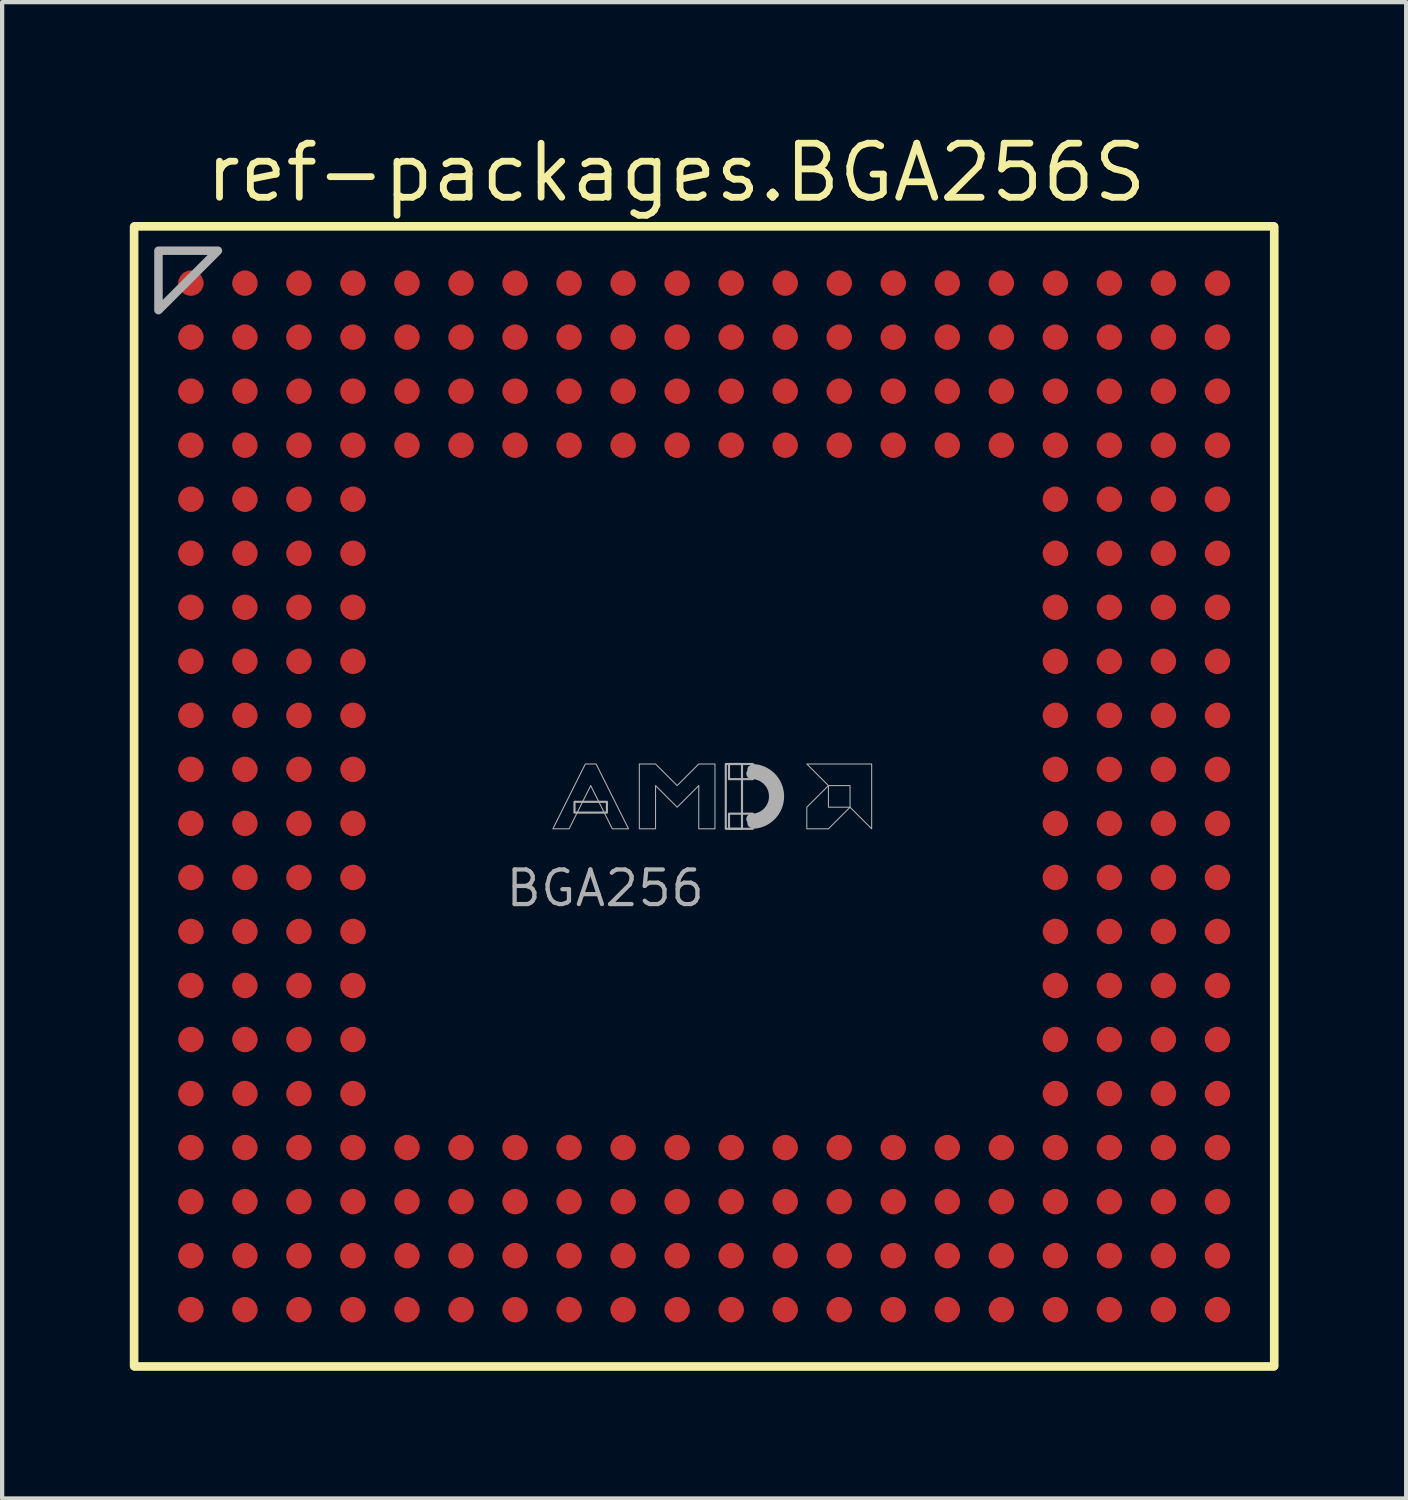
<source format=kicad_pcb>
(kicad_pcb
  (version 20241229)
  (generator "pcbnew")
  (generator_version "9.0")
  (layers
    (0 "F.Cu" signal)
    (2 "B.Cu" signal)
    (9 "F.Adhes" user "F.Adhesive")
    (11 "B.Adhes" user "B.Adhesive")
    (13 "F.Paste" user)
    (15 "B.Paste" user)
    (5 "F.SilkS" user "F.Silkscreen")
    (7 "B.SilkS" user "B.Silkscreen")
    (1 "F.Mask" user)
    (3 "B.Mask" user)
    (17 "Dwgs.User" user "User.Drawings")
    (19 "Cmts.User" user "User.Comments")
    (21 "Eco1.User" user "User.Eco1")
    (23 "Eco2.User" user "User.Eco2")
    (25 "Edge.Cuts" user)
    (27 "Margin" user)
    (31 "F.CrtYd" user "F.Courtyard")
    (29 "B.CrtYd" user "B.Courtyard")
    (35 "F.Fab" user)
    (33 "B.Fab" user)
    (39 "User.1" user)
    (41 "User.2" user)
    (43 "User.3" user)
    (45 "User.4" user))
  (footprint "ref-packages.BGA256S"
    (layer "F.Cu")
    (at 13.502 15.67)
    (property "Reference" "ref-packages.BGA256S" (at -11.8 -13.92 0) (layer "F.SilkS") (effects (font (size 1.27 1.27) (thickness 0.16)) (justify left bottom)))
    (attr smd)
    (fp_line (start -13.4 13.389) (end -13.4 -13.389) (stroke (width 0.203) (type default)) (layer "F.SilkS"))
    (fp_line (start -13.389 -13.4) (end 13.389 -13.4) (stroke (width 0.203) (type default)) (layer "F.SilkS"))
    (fp_line (start 13.389 13.4) (end -13.389 13.4) (stroke (width 0.203) (type default)) (layer "F.SilkS"))
    (fp_line (start 13.4 -13.389) (end 13.4 13.389) (stroke (width 0.203) (type default)) (layer "F.SilkS"))
    (fp_rect (start -3.048 0.381) (end -2.286 0.127) (stroke (width 0.05) (type default)) (fill no) (layer "F.Fab"))
    (fp_rect (start 0.508 0.762) (end 0.889 -0.762) (stroke (width 0.05) (type default)) (fill no) (layer "F.Fab"))
    (fp_rect (start 0.584 -0.406) (end 1.143 -0.762) (stroke (width 0.05) (type default)) (fill no) (layer "F.Fab"))
    (fp_rect (start 0.584 0.762) (end 1.143 0.406) (stroke (width 0.05) (type default)) (fill no) (layer "F.Fab"))
    (fp_arc (start 1.1176 -0.7366) (mid 1.8542 0) (end 1.1176 0.7366) (stroke (width 0.0508) (type default)) (layer "F.Fab"))
    (fp_arc (start 1.1176 -0.635) (mid 1.7526 0) (end 1.1176 0.635) (stroke (width 0.2032) (type default)) (layer "F.Fab"))
    (fp_arc (start 1.1176 -0.5334) (mid 1.651 0) (end 1.1176 0.5334) (stroke (width 0.254) (type default)) (layer "F.Fab"))
    (fp_poly (pts (xy -12.827 -12.827) (xy -11.43 -12.827) (xy -12.827 -11.43)) (stroke (width 0.2) (type default)) (fill no) (layer "F.Fab"))
    (fp_poly (pts (xy 2.413 -0.762) (xy 3.937 -0.762) (xy 3.937 0.762) (xy 3.429 0.254) (xy 3.429 -0.254) (xy 2.921 -0.254)) (stroke (width 0.025) (type default)) (fill no) (layer "F.Fab"))
    (fp_poly (pts (xy 2.921 -0.254) (xy 2.413 0.254) (xy 2.413 0.762) (xy 2.921 0.762) (xy 3.429 0.254) (xy 2.921 0.254)) (stroke (width 0.025) (type default)) (fill no) (layer "F.Fab"))
    (fp_poly (pts (xy -3.556 0.762) (xy -2.794 -0.762) (xy -2.54 -0.762) (xy -1.778 0.762) (xy -2.159 0.762) (xy -2.667 -0.254) (xy -3.175 0.762)) (stroke (width 0.025) (type default)) (fill no) (layer "F.Fab"))
    (fp_poly (pts (xy -1.524 0.762) (xy -1.524 -0.762) (xy -1.143 -0.762) (xy -0.635 -0.254) (xy -0.127 -0.762) (xy 0.254 -0.762) (xy 0.254 0.762) (xy -0.127 0.762) (xy -0.127 -0.254) (xy -0.635 0.254) (xy -1.143 -0.254) (xy -1.143 0.762)) (stroke (width 0.025) (type default)) (fill no) (layer "F.Fab"))
    (fp_text user "BGA256" (at -4.715 2.635 0) (layer "F.Fab") (effects (font (size 0.813 0.813) (thickness 0.1)) (justify left bottom)))
    (pad "A1" smd roundrect (at -12.065 -12.065) (size 0.6 0.6) (layers "F.Cu" "F.Mask" "F.Paste") (roundrect_rratio 0.5))
    (pad "A2" smd roundrect (at -10.795 -12.065) (size 0.6 0.6) (layers "F.Cu" "F.Mask" "F.Paste") (roundrect_rratio 0.5))
    (pad "A3" smd roundrect (at -9.525 -12.065) (size 0.6 0.6) (layers "F.Cu" "F.Mask" "F.Paste") (roundrect_rratio 0.5))
    (pad "A4" smd roundrect (at -8.255 -12.065) (size 0.6 0.6) (layers "F.Cu" "F.Mask" "F.Paste") (roundrect_rratio 0.5))
    (pad "A5" smd roundrect (at -6.985 -12.065) (size 0.6 0.6) (layers "F.Cu" "F.Mask" "F.Paste") (roundrect_rratio 0.5))
    (pad "A6" smd roundrect (at -5.715 -12.065) (size 0.6 0.6) (layers "F.Cu" "F.Mask" "F.Paste") (roundrect_rratio 0.5))
    (pad "A7" smd roundrect (at -4.445 -12.065) (size 0.6 0.6) (layers "F.Cu" "F.Mask" "F.Paste") (roundrect_rratio 0.5))
    (pad "A8" smd roundrect (at -3.175 -12.065) (size 0.6 0.6) (layers "F.Cu" "F.Mask" "F.Paste") (roundrect_rratio 0.5))
    (pad "A9" smd roundrect (at -1.905 -12.065) (size 0.6 0.6) (layers "F.Cu" "F.Mask" "F.Paste") (roundrect_rratio 0.5))
    (pad "A10" smd roundrect (at -0.635 -12.065) (size 0.6 0.6) (layers "F.Cu" "F.Mask" "F.Paste") (roundrect_rratio 0.5))
    (pad "A11" smd roundrect (at 0.635 -12.065) (size 0.6 0.6) (layers "F.Cu" "F.Mask" "F.Paste") (roundrect_rratio 0.5))
    (pad "A12" smd roundrect (at 1.905 -12.065) (size 0.6 0.6) (layers "F.Cu" "F.Mask" "F.Paste") (roundrect_rratio 0.5))
    (pad "A13" smd roundrect (at 3.175 -12.065) (size 0.6 0.6) (layers "F.Cu" "F.Mask" "F.Paste") (roundrect_rratio 0.5))
    (pad "A14" smd roundrect (at 4.445 -12.065) (size 0.6 0.6) (layers "F.Cu" "F.Mask" "F.Paste") (roundrect_rratio 0.5))
    (pad "A15" smd roundrect (at 5.715 -12.065) (size 0.6 0.6) (layers "F.Cu" "F.Mask" "F.Paste") (roundrect_rratio 0.5))
    (pad "A16" smd roundrect (at 6.985 -12.065) (size 0.6 0.6) (layers "F.Cu" "F.Mask" "F.Paste") (roundrect_rratio 0.5))
    (pad "A17" smd roundrect (at 8.255 -12.065) (size 0.6 0.6) (layers "F.Cu" "F.Mask" "F.Paste") (roundrect_rratio 0.5))
    (pad "A18" smd roundrect (at 9.525 -12.065) (size 0.6 0.6) (layers "F.Cu" "F.Mask" "F.Paste") (roundrect_rratio 0.5))
    (pad "A19" smd roundrect (at 10.795 -12.065) (size 0.6 0.6) (layers "F.Cu" "F.Mask" "F.Paste") (roundrect_rratio 0.5))
    (pad "A20" smd roundrect (at 12.065 -12.065) (size 0.6 0.6) (layers "F.Cu" "F.Mask" "F.Paste") (roundrect_rratio 0.5))
    (pad "B1" smd roundrect (at -12.065 -10.795) (size 0.6 0.6) (layers "F.Cu" "F.Mask" "F.Paste") (roundrect_rratio 0.5))
    (pad "B2" smd roundrect (at -10.795 -10.795) (size 0.6 0.6) (layers "F.Cu" "F.Mask" "F.Paste") (roundrect_rratio 0.5))
    (pad "B3" smd roundrect (at -9.525 -10.795) (size 0.6 0.6) (layers "F.Cu" "F.Mask" "F.Paste") (roundrect_rratio 0.5))
    (pad "B4" smd roundrect (at -8.255 -10.795) (size 0.6 0.6) (layers "F.Cu" "F.Mask" "F.Paste") (roundrect_rratio 0.5))
    (pad "B5" smd roundrect (at -6.985 -10.795) (size 0.6 0.6) (layers "F.Cu" "F.Mask" "F.Paste") (roundrect_rratio 0.5))
    (pad "B6" smd roundrect (at -5.715 -10.795) (size 0.6 0.6) (layers "F.Cu" "F.Mask" "F.Paste") (roundrect_rratio 0.5))
    (pad "B7" smd roundrect (at -4.445 -10.795) (size 0.6 0.6) (layers "F.Cu" "F.Mask" "F.Paste") (roundrect_rratio 0.5))
    (pad "B8" smd roundrect (at -3.175 -10.795) (size 0.6 0.6) (layers "F.Cu" "F.Mask" "F.Paste") (roundrect_rratio 0.5))
    (pad "B9" smd roundrect (at -1.905 -10.795) (size 0.6 0.6) (layers "F.Cu" "F.Mask" "F.Paste") (roundrect_rratio 0.5))
    (pad "B10" smd roundrect (at -0.635 -10.795) (size 0.6 0.6) (layers "F.Cu" "F.Mask" "F.Paste") (roundrect_rratio 0.5))
    (pad "B11" smd roundrect (at 0.635 -10.795) (size 0.6 0.6) (layers "F.Cu" "F.Mask" "F.Paste") (roundrect_rratio 0.5))
    (pad "B12" smd roundrect (at 1.905 -10.795) (size 0.6 0.6) (layers "F.Cu" "F.Mask" "F.Paste") (roundrect_rratio 0.5))
    (pad "B13" smd roundrect (at 3.175 -10.795) (size 0.6 0.6) (layers "F.Cu" "F.Mask" "F.Paste") (roundrect_rratio 0.5))
    (pad "B14" smd roundrect (at 4.445 -10.795) (size 0.6 0.6) (layers "F.Cu" "F.Mask" "F.Paste") (roundrect_rratio 0.5))
    (pad "B15" smd roundrect (at 5.715 -10.795) (size 0.6 0.6) (layers "F.Cu" "F.Mask" "F.Paste") (roundrect_rratio 0.5))
    (pad "B16" smd roundrect (at 6.985 -10.795) (size 0.6 0.6) (layers "F.Cu" "F.Mask" "F.Paste") (roundrect_rratio 0.5))
    (pad "B17" smd roundrect (at 8.255 -10.795) (size 0.6 0.6) (layers "F.Cu" "F.Mask" "F.Paste") (roundrect_rratio 0.5))
    (pad "B18" smd roundrect (at 9.525 -10.795) (size 0.6 0.6) (layers "F.Cu" "F.Mask" "F.Paste") (roundrect_rratio 0.5))
    (pad "B19" smd roundrect (at 10.795 -10.795) (size 0.6 0.6) (layers "F.Cu" "F.Mask" "F.Paste") (roundrect_rratio 0.5))
    (pad "B20" smd roundrect (at 12.065 -10.795) (size 0.6 0.6) (layers "F.Cu" "F.Mask" "F.Paste") (roundrect_rratio 0.5))
    (pad "C1" smd roundrect (at -12.065 -9.525) (size 0.6 0.6) (layers "F.Cu" "F.Mask" "F.Paste") (roundrect_rratio 0.5))
    (pad "C2" smd roundrect (at -10.795 -9.525) (size 0.6 0.6) (layers "F.Cu" "F.Mask" "F.Paste") (roundrect_rratio 0.5))
    (pad "C3" smd roundrect (at -9.525 -9.525) (size 0.6 0.6) (layers "F.Cu" "F.Mask" "F.Paste") (roundrect_rratio 0.5))
    (pad "C4" smd roundrect (at -8.255 -9.525) (size 0.6 0.6) (layers "F.Cu" "F.Mask" "F.Paste") (roundrect_rratio 0.5))
    (pad "C5" smd roundrect (at -6.985 -9.525) (size 0.6 0.6) (layers "F.Cu" "F.Mask" "F.Paste") (roundrect_rratio 0.5))
    (pad "C6" smd roundrect (at -5.715 -9.525) (size 0.6 0.6) (layers "F.Cu" "F.Mask" "F.Paste") (roundrect_rratio 0.5))
    (pad "C7" smd roundrect (at -4.445 -9.525) (size 0.6 0.6) (layers "F.Cu" "F.Mask" "F.Paste") (roundrect_rratio 0.5))
    (pad "C8" smd roundrect (at -3.175 -9.525) (size 0.6 0.6) (layers "F.Cu" "F.Mask" "F.Paste") (roundrect_rratio 0.5))
    (pad "C9" smd roundrect (at -1.905 -9.525) (size 0.6 0.6) (layers "F.Cu" "F.Mask" "F.Paste") (roundrect_rratio 0.5))
    (pad "C10" smd roundrect (at -0.635 -9.525) (size 0.6 0.6) (layers "F.Cu" "F.Mask" "F.Paste") (roundrect_rratio 0.5))
    (pad "C11" smd roundrect (at 0.635 -9.525) (size 0.6 0.6) (layers "F.Cu" "F.Mask" "F.Paste") (roundrect_rratio 0.5))
    (pad "C12" smd roundrect (at 1.905 -9.525) (size 0.6 0.6) (layers "F.Cu" "F.Mask" "F.Paste") (roundrect_rratio 0.5))
    (pad "C13" smd roundrect (at 3.175 -9.525) (size 0.6 0.6) (layers "F.Cu" "F.Mask" "F.Paste") (roundrect_rratio 0.5))
    (pad "C14" smd roundrect (at 4.445 -9.525) (size 0.6 0.6) (layers "F.Cu" "F.Mask" "F.Paste") (roundrect_rratio 0.5))
    (pad "C15" smd roundrect (at 5.715 -9.525) (size 0.6 0.6) (layers "F.Cu" "F.Mask" "F.Paste") (roundrect_rratio 0.5))
    (pad "C16" smd roundrect (at 6.985 -9.525) (size 0.6 0.6) (layers "F.Cu" "F.Mask" "F.Paste") (roundrect_rratio 0.5))
    (pad "C17" smd roundrect (at 8.255 -9.525) (size 0.6 0.6) (layers "F.Cu" "F.Mask" "F.Paste") (roundrect_rratio 0.5))
    (pad "C18" smd roundrect (at 9.525 -9.525) (size 0.6 0.6) (layers "F.Cu" "F.Mask" "F.Paste") (roundrect_rratio 0.5))
    (pad "C19" smd roundrect (at 10.795 -9.525) (size 0.6 0.6) (layers "F.Cu" "F.Mask" "F.Paste") (roundrect_rratio 0.5))
    (pad "C20" smd roundrect (at 12.065 -9.525) (size 0.6 0.6) (layers "F.Cu" "F.Mask" "F.Paste") (roundrect_rratio 0.5))
    (pad "D1" smd roundrect (at -12.065 -8.255) (size 0.6 0.6) (layers "F.Cu" "F.Mask" "F.Paste") (roundrect_rratio 0.5))
    (pad "D2" smd roundrect (at -10.795 -8.255) (size 0.6 0.6) (layers "F.Cu" "F.Mask" "F.Paste") (roundrect_rratio 0.5))
    (pad "D3" smd roundrect (at -9.525 -8.255) (size 0.6 0.6) (layers "F.Cu" "F.Mask" "F.Paste") (roundrect_rratio 0.5))
    (pad "D4" smd roundrect (at -8.255 -8.255) (size 0.6 0.6) (layers "F.Cu" "F.Mask" "F.Paste") (roundrect_rratio 0.5))
    (pad "D5" smd roundrect (at -6.985 -8.255) (size 0.6 0.6) (layers "F.Cu" "F.Mask" "F.Paste") (roundrect_rratio 0.5))
    (pad "D6" smd roundrect (at -5.715 -8.255) (size 0.6 0.6) (layers "F.Cu" "F.Mask" "F.Paste") (roundrect_rratio 0.5))
    (pad "D7" smd roundrect (at -4.445 -8.255) (size 0.6 0.6) (layers "F.Cu" "F.Mask" "F.Paste") (roundrect_rratio 0.5))
    (pad "D8" smd roundrect (at -3.175 -8.255) (size 0.6 0.6) (layers "F.Cu" "F.Mask" "F.Paste") (roundrect_rratio 0.5))
    (pad "D9" smd roundrect (at -1.905 -8.255) (size 0.6 0.6) (layers "F.Cu" "F.Mask" "F.Paste") (roundrect_rratio 0.5))
    (pad "D10" smd roundrect (at -0.635 -8.255) (size 0.6 0.6) (layers "F.Cu" "F.Mask" "F.Paste") (roundrect_rratio 0.5))
    (pad "D11" smd roundrect (at 0.635 -8.255) (size 0.6 0.6) (layers "F.Cu" "F.Mask" "F.Paste") (roundrect_rratio 0.5))
    (pad "D12" smd roundrect (at 1.905 -8.255) (size 0.6 0.6) (layers "F.Cu" "F.Mask" "F.Paste") (roundrect_rratio 0.5))
    (pad "D13" smd roundrect (at 3.175 -8.255) (size 0.6 0.6) (layers "F.Cu" "F.Mask" "F.Paste") (roundrect_rratio 0.5))
    (pad "D14" smd roundrect (at 4.445 -8.255) (size 0.6 0.6) (layers "F.Cu" "F.Mask" "F.Paste") (roundrect_rratio 0.5))
    (pad "D15" smd roundrect (at 5.715 -8.255) (size 0.6 0.6) (layers "F.Cu" "F.Mask" "F.Paste") (roundrect_rratio 0.5))
    (pad "D16" smd roundrect (at 6.985 -8.255) (size 0.6 0.6) (layers "F.Cu" "F.Mask" "F.Paste") (roundrect_rratio 0.5))
    (pad "D17" smd roundrect (at 8.255 -8.255) (size 0.6 0.6) (layers "F.Cu" "F.Mask" "F.Paste") (roundrect_rratio 0.5))
    (pad "D18" smd roundrect (at 9.525 -8.255) (size 0.6 0.6) (layers "F.Cu" "F.Mask" "F.Paste") (roundrect_rratio 0.5))
    (pad "D19" smd roundrect (at 10.795 -8.255) (size 0.6 0.6) (layers "F.Cu" "F.Mask" "F.Paste") (roundrect_rratio 0.5))
    (pad "D20" smd roundrect (at 12.065 -8.255) (size 0.6 0.6) (layers "F.Cu" "F.Mask" "F.Paste") (roundrect_rratio 0.5))
    (pad "E1" smd roundrect (at -12.065 -6.985) (size 0.6 0.6) (layers "F.Cu" "F.Mask" "F.Paste") (roundrect_rratio 0.5))
    (pad "E2" smd roundrect (at -10.795 -6.985) (size 0.6 0.6) (layers "F.Cu" "F.Mask" "F.Paste") (roundrect_rratio 0.5))
    (pad "E3" smd roundrect (at -9.525 -6.985) (size 0.6 0.6) (layers "F.Cu" "F.Mask" "F.Paste") (roundrect_rratio 0.5))
    (pad "E4" smd roundrect (at -8.255 -6.985) (size 0.6 0.6) (layers "F.Cu" "F.Mask" "F.Paste") (roundrect_rratio 0.5))
    (pad "E17" smd roundrect (at 8.255 -6.985) (size 0.6 0.6) (layers "F.Cu" "F.Mask" "F.Paste") (roundrect_rratio 0.5))
    (pad "E18" smd roundrect (at 9.525 -6.985) (size 0.6 0.6) (layers "F.Cu" "F.Mask" "F.Paste") (roundrect_rratio 0.5))
    (pad "E19" smd roundrect (at 10.795 -6.985) (size 0.6 0.6) (layers "F.Cu" "F.Mask" "F.Paste") (roundrect_rratio 0.5))
    (pad "E20" smd roundrect (at 12.065 -6.985) (size 0.6 0.6) (layers "F.Cu" "F.Mask" "F.Paste") (roundrect_rratio 0.5))
    (pad "F1" smd roundrect (at -12.065 -5.715) (size 0.6 0.6) (layers "F.Cu" "F.Mask" "F.Paste") (roundrect_rratio 0.5))
    (pad "F2" smd roundrect (at -10.795 -5.715) (size 0.6 0.6) (layers "F.Cu" "F.Mask" "F.Paste") (roundrect_rratio 0.5))
    (pad "F3" smd roundrect (at -9.525 -5.715) (size 0.6 0.6) (layers "F.Cu" "F.Mask" "F.Paste") (roundrect_rratio 0.5))
    (pad "F4" smd roundrect (at -8.255 -5.715) (size 0.6 0.6) (layers "F.Cu" "F.Mask" "F.Paste") (roundrect_rratio 0.5))
    (pad "F17" smd roundrect (at 8.255 -5.715) (size 0.6 0.6) (layers "F.Cu" "F.Mask" "F.Paste") (roundrect_rratio 0.5))
    (pad "F18" smd roundrect (at 9.525 -5.715) (size 0.6 0.6) (layers "F.Cu" "F.Mask" "F.Paste") (roundrect_rratio 0.5))
    (pad "F19" smd roundrect (at 10.795 -5.715) (size 0.6 0.6) (layers "F.Cu" "F.Mask" "F.Paste") (roundrect_rratio 0.5))
    (pad "F20" smd roundrect (at 12.065 -5.715) (size 0.6 0.6) (layers "F.Cu" "F.Mask" "F.Paste") (roundrect_rratio 0.5))
    (pad "G1" smd roundrect (at -12.065 -4.445) (size 0.6 0.6) (layers "F.Cu" "F.Mask" "F.Paste") (roundrect_rratio 0.5))
    (pad "G2" smd roundrect (at -10.795 -4.445) (size 0.6 0.6) (layers "F.Cu" "F.Mask" "F.Paste") (roundrect_rratio 0.5))
    (pad "G3" smd roundrect (at -9.525 -4.445) (size 0.6 0.6) (layers "F.Cu" "F.Mask" "F.Paste") (roundrect_rratio 0.5))
    (pad "G4" smd roundrect (at -8.255 -4.445) (size 0.6 0.6) (layers "F.Cu" "F.Mask" "F.Paste") (roundrect_rratio 0.5))
    (pad "G17" smd roundrect (at 8.255 -4.445) (size 0.6 0.6) (layers "F.Cu" "F.Mask" "F.Paste") (roundrect_rratio 0.5))
    (pad "G18" smd roundrect (at 9.525 -4.445) (size 0.6 0.6) (layers "F.Cu" "F.Mask" "F.Paste") (roundrect_rratio 0.5))
    (pad "G19" smd roundrect (at 10.795 -4.445) (size 0.6 0.6) (layers "F.Cu" "F.Mask" "F.Paste") (roundrect_rratio 0.5))
    (pad "G20" smd roundrect (at 12.065 -4.445) (size 0.6 0.6) (layers "F.Cu" "F.Mask" "F.Paste") (roundrect_rratio 0.5))
    (pad "H1" smd roundrect (at -12.065 -3.175) (size 0.6 0.6) (layers "F.Cu" "F.Mask" "F.Paste") (roundrect_rratio 0.5))
    (pad "H2" smd roundrect (at -10.795 -3.175) (size 0.6 0.6) (layers "F.Cu" "F.Mask" "F.Paste") (roundrect_rratio 0.5))
    (pad "H3" smd roundrect (at -9.525 -3.175) (size 0.6 0.6) (layers "F.Cu" "F.Mask" "F.Paste") (roundrect_rratio 0.5))
    (pad "H4" smd roundrect (at -8.255 -3.175) (size 0.6 0.6) (layers "F.Cu" "F.Mask" "F.Paste") (roundrect_rratio 0.5))
    (pad "H17" smd roundrect (at 8.255 -3.175) (size 0.6 0.6) (layers "F.Cu" "F.Mask" "F.Paste") (roundrect_rratio 0.5))
    (pad "H18" smd roundrect (at 9.525 -3.175) (size 0.6 0.6) (layers "F.Cu" "F.Mask" "F.Paste") (roundrect_rratio 0.5))
    (pad "H19" smd roundrect (at 10.795 -3.175) (size 0.6 0.6) (layers "F.Cu" "F.Mask" "F.Paste") (roundrect_rratio 0.5))
    (pad "H20" smd roundrect (at 12.065 -3.175) (size 0.6 0.6) (layers "F.Cu" "F.Mask" "F.Paste") (roundrect_rratio 0.5))
    (pad "J1" smd roundrect (at -12.065 -1.905) (size 0.6 0.6) (layers "F.Cu" "F.Mask" "F.Paste") (roundrect_rratio 0.5))
    (pad "J2" smd roundrect (at -10.795 -1.905) (size 0.6 0.6) (layers "F.Cu" "F.Mask" "F.Paste") (roundrect_rratio 0.5))
    (pad "J3" smd roundrect (at -9.525 -1.905) (size 0.6 0.6) (layers "F.Cu" "F.Mask" "F.Paste") (roundrect_rratio 0.5))
    (pad "J4" smd roundrect (at -8.255 -1.905) (size 0.6 0.6) (layers "F.Cu" "F.Mask" "F.Paste") (roundrect_rratio 0.5))
    (pad "J17" smd roundrect (at 8.255 -1.905) (size 0.6 0.6) (layers "F.Cu" "F.Mask" "F.Paste") (roundrect_rratio 0.5))
    (pad "J18" smd roundrect (at 9.525 -1.905) (size 0.6 0.6) (layers "F.Cu" "F.Mask" "F.Paste") (roundrect_rratio 0.5))
    (pad "J19" smd roundrect (at 10.795 -1.905) (size 0.6 0.6) (layers "F.Cu" "F.Mask" "F.Paste") (roundrect_rratio 0.5))
    (pad "J20" smd roundrect (at 12.065 -1.905) (size 0.6 0.6) (layers "F.Cu" "F.Mask" "F.Paste") (roundrect_rratio 0.5))
    (pad "K1" smd roundrect (at -12.065 -0.635) (size 0.6 0.6) (layers "F.Cu" "F.Mask" "F.Paste") (roundrect_rratio 0.5))
    (pad "K2" smd roundrect (at -10.795 -0.635) (size 0.6 0.6) (layers "F.Cu" "F.Mask" "F.Paste") (roundrect_rratio 0.5))
    (pad "K3" smd roundrect (at -9.525 -0.635) (size 0.6 0.6) (layers "F.Cu" "F.Mask" "F.Paste") (roundrect_rratio 0.5))
    (pad "K4" smd roundrect (at -8.255 -0.635) (size 0.6 0.6) (layers "F.Cu" "F.Mask" "F.Paste") (roundrect_rratio 0.5))
    (pad "K17" smd roundrect (at 8.255 -0.635) (size 0.6 0.6) (layers "F.Cu" "F.Mask" "F.Paste") (roundrect_rratio 0.5))
    (pad "K18" smd roundrect (at 9.525 -0.635) (size 0.6 0.6) (layers "F.Cu" "F.Mask" "F.Paste") (roundrect_rratio 0.5))
    (pad "K19" smd roundrect (at 10.795 -0.635) (size 0.6 0.6) (layers "F.Cu" "F.Mask" "F.Paste") (roundrect_rratio 0.5))
    (pad "K20" smd roundrect (at 12.065 -0.635) (size 0.6 0.6) (layers "F.Cu" "F.Mask" "F.Paste") (roundrect_rratio 0.5))
    (pad "L1" smd roundrect (at -12.065 0.635) (size 0.6 0.6) (layers "F.Cu" "F.Mask" "F.Paste") (roundrect_rratio 0.5))
    (pad "L2" smd roundrect (at -10.795 0.635) (size 0.6 0.6) (layers "F.Cu" "F.Mask" "F.Paste") (roundrect_rratio 0.5))
    (pad "L3" smd roundrect (at -9.525 0.635) (size 0.6 0.6) (layers "F.Cu" "F.Mask" "F.Paste") (roundrect_rratio 0.5))
    (pad "L4" smd roundrect (at -8.255 0.635) (size 0.6 0.6) (layers "F.Cu" "F.Mask" "F.Paste") (roundrect_rratio 0.5))
    (pad "L17" smd roundrect (at 8.255 0.635) (size 0.6 0.6) (layers "F.Cu" "F.Mask" "F.Paste") (roundrect_rratio 0.5))
    (pad "L18" smd roundrect (at 9.525 0.635) (size 0.6 0.6) (layers "F.Cu" "F.Mask" "F.Paste") (roundrect_rratio 0.5))
    (pad "L19" smd roundrect (at 10.795 0.635) (size 0.6 0.6) (layers "F.Cu" "F.Mask" "F.Paste") (roundrect_rratio 0.5))
    (pad "L20" smd roundrect (at 12.065 0.635) (size 0.6 0.6) (layers "F.Cu" "F.Mask" "F.Paste") (roundrect_rratio 0.5))
    (pad "M1" smd roundrect (at -12.065 1.905) (size 0.6 0.6) (layers "F.Cu" "F.Mask" "F.Paste") (roundrect_rratio 0.5))
    (pad "M2" smd roundrect (at -10.795 1.905) (size 0.6 0.6) (layers "F.Cu" "F.Mask" "F.Paste") (roundrect_rratio 0.5))
    (pad "M3" smd roundrect (at -9.525 1.905) (size 0.6 0.6) (layers "F.Cu" "F.Mask" "F.Paste") (roundrect_rratio 0.5))
    (pad "M4" smd roundrect (at -8.255 1.905) (size 0.6 0.6) (layers "F.Cu" "F.Mask" "F.Paste") (roundrect_rratio 0.5))
    (pad "M17" smd roundrect (at 8.255 1.905) (size 0.6 0.6) (layers "F.Cu" "F.Mask" "F.Paste") (roundrect_rratio 0.5))
    (pad "M18" smd roundrect (at 9.525 1.905) (size 0.6 0.6) (layers "F.Cu" "F.Mask" "F.Paste") (roundrect_rratio 0.5))
    (pad "M19" smd roundrect (at 10.795 1.905) (size 0.6 0.6) (layers "F.Cu" "F.Mask" "F.Paste") (roundrect_rratio 0.5))
    (pad "M20" smd roundrect (at 12.065 1.905) (size 0.6 0.6) (layers "F.Cu" "F.Mask" "F.Paste") (roundrect_rratio 0.5))
    (pad "N1" smd roundrect (at -12.065 3.175) (size 0.6 0.6) (layers "F.Cu" "F.Mask" "F.Paste") (roundrect_rratio 0.5))
    (pad "N2" smd roundrect (at -10.795 3.175) (size 0.6 0.6) (layers "F.Cu" "F.Mask" "F.Paste") (roundrect_rratio 0.5))
    (pad "N3" smd roundrect (at -9.525 3.175) (size 0.6 0.6) (layers "F.Cu" "F.Mask" "F.Paste") (roundrect_rratio 0.5))
    (pad "N4" smd roundrect (at -8.255 3.175) (size 0.6 0.6) (layers "F.Cu" "F.Mask" "F.Paste") (roundrect_rratio 0.5))
    (pad "N17" smd roundrect (at 8.255 3.175) (size 0.6 0.6) (layers "F.Cu" "F.Mask" "F.Paste") (roundrect_rratio 0.5))
    (pad "N18" smd roundrect (at 9.525 3.175) (size 0.6 0.6) (layers "F.Cu" "F.Mask" "F.Paste") (roundrect_rratio 0.5))
    (pad "N19" smd roundrect (at 10.795 3.175) (size 0.6 0.6) (layers "F.Cu" "F.Mask" "F.Paste") (roundrect_rratio 0.5))
    (pad "N20" smd roundrect (at 12.065 3.175) (size 0.6 0.6) (layers "F.Cu" "F.Mask" "F.Paste") (roundrect_rratio 0.5))
    (pad "P1" smd roundrect (at -12.065 4.445) (size 0.6 0.6) (layers "F.Cu" "F.Mask" "F.Paste") (roundrect_rratio 0.5))
    (pad "P2" smd roundrect (at -10.795 4.445) (size 0.6 0.6) (layers "F.Cu" "F.Mask" "F.Paste") (roundrect_rratio 0.5))
    (pad "P3" smd roundrect (at -9.525 4.445) (size 0.6 0.6) (layers "F.Cu" "F.Mask" "F.Paste") (roundrect_rratio 0.5))
    (pad "P4" smd roundrect (at -8.255 4.445) (size 0.6 0.6) (layers "F.Cu" "F.Mask" "F.Paste") (roundrect_rratio 0.5))
    (pad "P17" smd roundrect (at 8.255 4.445) (size 0.6 0.6) (layers "F.Cu" "F.Mask" "F.Paste") (roundrect_rratio 0.5))
    (pad "P18" smd roundrect (at 9.525 4.445) (size 0.6 0.6) (layers "F.Cu" "F.Mask" "F.Paste") (roundrect_rratio 0.5))
    (pad "P19" smd roundrect (at 10.795 4.445) (size 0.6 0.6) (layers "F.Cu" "F.Mask" "F.Paste") (roundrect_rratio 0.5))
    (pad "P20" smd roundrect (at 12.065 4.445) (size 0.6 0.6) (layers "F.Cu" "F.Mask" "F.Paste") (roundrect_rratio 0.5))
    (pad "R1" smd roundrect (at -12.065 5.715) (size 0.6 0.6) (layers "F.Cu" "F.Mask" "F.Paste") (roundrect_rratio 0.5))
    (pad "R2" smd roundrect (at -10.795 5.715) (size 0.6 0.6) (layers "F.Cu" "F.Mask" "F.Paste") (roundrect_rratio 0.5))
    (pad "R3" smd roundrect (at -9.525 5.715) (size 0.6 0.6) (layers "F.Cu" "F.Mask" "F.Paste") (roundrect_rratio 0.5))
    (pad "R4" smd roundrect (at -8.255 5.715) (size 0.6 0.6) (layers "F.Cu" "F.Mask" "F.Paste") (roundrect_rratio 0.5))
    (pad "R17" smd roundrect (at 8.255 5.715) (size 0.6 0.6) (layers "F.Cu" "F.Mask" "F.Paste") (roundrect_rratio 0.5))
    (pad "R18" smd roundrect (at 9.525 5.715) (size 0.6 0.6) (layers "F.Cu" "F.Mask" "F.Paste") (roundrect_rratio 0.5))
    (pad "R19" smd roundrect (at 10.795 5.715) (size 0.6 0.6) (layers "F.Cu" "F.Mask" "F.Paste") (roundrect_rratio 0.5))
    (pad "R20" smd roundrect (at 12.065 5.715) (size 0.6 0.6) (layers "F.Cu" "F.Mask" "F.Paste") (roundrect_rratio 0.5))
    (pad "T1" smd roundrect (at -12.065 6.985) (size 0.6 0.6) (layers "F.Cu" "F.Mask" "F.Paste") (roundrect_rratio 0.5))
    (pad "T2" smd roundrect (at -10.795 6.985) (size 0.6 0.6) (layers "F.Cu" "F.Mask" "F.Paste") (roundrect_rratio 0.5))
    (pad "T3" smd roundrect (at -9.525 6.985) (size 0.6 0.6) (layers "F.Cu" "F.Mask" "F.Paste") (roundrect_rratio 0.5))
    (pad "T4" smd roundrect (at -8.255 6.985) (size 0.6 0.6) (layers "F.Cu" "F.Mask" "F.Paste") (roundrect_rratio 0.5))
    (pad "T17" smd roundrect (at 8.255 6.985) (size 0.6 0.6) (layers "F.Cu" "F.Mask" "F.Paste") (roundrect_rratio 0.5))
    (pad "T18" smd roundrect (at 9.525 6.985) (size 0.6 0.6) (layers "F.Cu" "F.Mask" "F.Paste") (roundrect_rratio 0.5))
    (pad "T19" smd roundrect (at 10.795 6.985) (size 0.6 0.6) (layers "F.Cu" "F.Mask" "F.Paste") (roundrect_rratio 0.5))
    (pad "T20" smd roundrect (at 12.065 6.985) (size 0.6 0.6) (layers "F.Cu" "F.Mask" "F.Paste") (roundrect_rratio 0.5))
    (pad "U1" smd roundrect (at -12.065 8.255) (size 0.6 0.6) (layers "F.Cu" "F.Mask" "F.Paste") (roundrect_rratio 0.5))
    (pad "U2" smd roundrect (at -10.795 8.255) (size 0.6 0.6) (layers "F.Cu" "F.Mask" "F.Paste") (roundrect_rratio 0.5))
    (pad "U3" smd roundrect (at -9.525 8.255) (size 0.6 0.6) (layers "F.Cu" "F.Mask" "F.Paste") (roundrect_rratio 0.5))
    (pad "U4" smd roundrect (at -8.255 8.255) (size 0.6 0.6) (layers "F.Cu" "F.Mask" "F.Paste") (roundrect_rratio 0.5))
    (pad "U5" smd roundrect (at -6.985 8.255) (size 0.6 0.6) (layers "F.Cu" "F.Mask" "F.Paste") (roundrect_rratio 0.5))
    (pad "U6" smd roundrect (at -5.715 8.255) (size 0.6 0.6) (layers "F.Cu" "F.Mask" "F.Paste") (roundrect_rratio 0.5))
    (pad "U7" smd roundrect (at -4.445 8.255) (size 0.6 0.6) (layers "F.Cu" "F.Mask" "F.Paste") (roundrect_rratio 0.5))
    (pad "U8" smd roundrect (at -3.175 8.255) (size 0.6 0.6) (layers "F.Cu" "F.Mask" "F.Paste") (roundrect_rratio 0.5))
    (pad "U9" smd roundrect (at -1.905 8.255) (size 0.6 0.6) (layers "F.Cu" "F.Mask" "F.Paste") (roundrect_rratio 0.5))
    (pad "U10" smd roundrect (at -0.635 8.255) (size 0.6 0.6) (layers "F.Cu" "F.Mask" "F.Paste") (roundrect_rratio 0.5))
    (pad "U11" smd roundrect (at 0.635 8.255) (size 0.6 0.6) (layers "F.Cu" "F.Mask" "F.Paste") (roundrect_rratio 0.5))
    (pad "U12" smd roundrect (at 1.905 8.255) (size 0.6 0.6) (layers "F.Cu" "F.Mask" "F.Paste") (roundrect_rratio 0.5))
    (pad "U13" smd roundrect (at 3.175 8.255) (size 0.6 0.6) (layers "F.Cu" "F.Mask" "F.Paste") (roundrect_rratio 0.5))
    (pad "U14" smd roundrect (at 4.445 8.255) (size 0.6 0.6) (layers "F.Cu" "F.Mask" "F.Paste") (roundrect_rratio 0.5))
    (pad "U15" smd roundrect (at 5.715 8.255) (size 0.6 0.6) (layers "F.Cu" "F.Mask" "F.Paste") (roundrect_rratio 0.5))
    (pad "U16" smd roundrect (at 6.985 8.255) (size 0.6 0.6) (layers "F.Cu" "F.Mask" "F.Paste") (roundrect_rratio 0.5))
    (pad "U17" smd roundrect (at 8.255 8.255) (size 0.6 0.6) (layers "F.Cu" "F.Mask" "F.Paste") (roundrect_rratio 0.5))
    (pad "U18" smd roundrect (at 9.525 8.255) (size 0.6 0.6) (layers "F.Cu" "F.Mask" "F.Paste") (roundrect_rratio 0.5))
    (pad "U19" smd roundrect (at 10.795 8.255) (size 0.6 0.6) (layers "F.Cu" "F.Mask" "F.Paste") (roundrect_rratio 0.5))
    (pad "U20" smd roundrect (at 12.065 8.255) (size 0.6 0.6) (layers "F.Cu" "F.Mask" "F.Paste") (roundrect_rratio 0.5))
    (pad "V1" smd roundrect (at -12.065 9.525) (size 0.6 0.6) (layers "F.Cu" "F.Mask" "F.Paste") (roundrect_rratio 0.5))
    (pad "V2" smd roundrect (at -10.795 9.525) (size 0.6 0.6) (layers "F.Cu" "F.Mask" "F.Paste") (roundrect_rratio 0.5))
    (pad "V3" smd roundrect (at -9.525 9.525) (size 0.6 0.6) (layers "F.Cu" "F.Mask" "F.Paste") (roundrect_rratio 0.5))
    (pad "V4" smd roundrect (at -8.255 9.525) (size 0.6 0.6) (layers "F.Cu" "F.Mask" "F.Paste") (roundrect_rratio 0.5))
    (pad "V5" smd roundrect (at -6.985 9.525) (size 0.6 0.6) (layers "F.Cu" "F.Mask" "F.Paste") (roundrect_rratio 0.5))
    (pad "V6" smd roundrect (at -5.715 9.525) (size 0.6 0.6) (layers "F.Cu" "F.Mask" "F.Paste") (roundrect_rratio 0.5))
    (pad "V7" smd roundrect (at -4.445 9.525) (size 0.6 0.6) (layers "F.Cu" "F.Mask" "F.Paste") (roundrect_rratio 0.5))
    (pad "V8" smd roundrect (at -3.175 9.525) (size 0.6 0.6) (layers "F.Cu" "F.Mask" "F.Paste") (roundrect_rratio 0.5))
    (pad "V9" smd roundrect (at -1.905 9.525) (size 0.6 0.6) (layers "F.Cu" "F.Mask" "F.Paste") (roundrect_rratio 0.5))
    (pad "V10" smd roundrect (at -0.635 9.525) (size 0.6 0.6) (layers "F.Cu" "F.Mask" "F.Paste") (roundrect_rratio 0.5))
    (pad "V11" smd roundrect (at 0.635 9.525) (size 0.6 0.6) (layers "F.Cu" "F.Mask" "F.Paste") (roundrect_rratio 0.5))
    (pad "V12" smd roundrect (at 1.905 9.525) (size 0.6 0.6) (layers "F.Cu" "F.Mask" "F.Paste") (roundrect_rratio 0.5))
    (pad "V13" smd roundrect (at 3.175 9.525) (size 0.6 0.6) (layers "F.Cu" "F.Mask" "F.Paste") (roundrect_rratio 0.5))
    (pad "V14" smd roundrect (at 4.445 9.525) (size 0.6 0.6) (layers "F.Cu" "F.Mask" "F.Paste") (roundrect_rratio 0.5))
    (pad "V15" smd roundrect (at 5.715 9.525) (size 0.6 0.6) (layers "F.Cu" "F.Mask" "F.Paste") (roundrect_rratio 0.5))
    (pad "V16" smd roundrect (at 6.985 9.525) (size 0.6 0.6) (layers "F.Cu" "F.Mask" "F.Paste") (roundrect_rratio 0.5))
    (pad "V17" smd roundrect (at 8.255 9.525) (size 0.6 0.6) (layers "F.Cu" "F.Mask" "F.Paste") (roundrect_rratio 0.5))
    (pad "V18" smd roundrect (at 9.525 9.525) (size 0.6 0.6) (layers "F.Cu" "F.Mask" "F.Paste") (roundrect_rratio 0.5))
    (pad "V19" smd roundrect (at 10.795 9.525) (size 0.6 0.6) (layers "F.Cu" "F.Mask" "F.Paste") (roundrect_rratio 0.5))
    (pad "V20" smd roundrect (at 12.065 9.525) (size 0.6 0.6) (layers "F.Cu" "F.Mask" "F.Paste") (roundrect_rratio 0.5))
    (pad "W1" smd roundrect (at -12.065 10.795) (size 0.6 0.6) (layers "F.Cu" "F.Mask" "F.Paste") (roundrect_rratio 0.5))
    (pad "W2" smd roundrect (at -10.795 10.795) (size 0.6 0.6) (layers "F.Cu" "F.Mask" "F.Paste") (roundrect_rratio 0.5))
    (pad "W3" smd roundrect (at -9.525 10.795) (size 0.6 0.6) (layers "F.Cu" "F.Mask" "F.Paste") (roundrect_rratio 0.5))
    (pad "W4" smd roundrect (at -8.255 10.795) (size 0.6 0.6) (layers "F.Cu" "F.Mask" "F.Paste") (roundrect_rratio 0.5))
    (pad "W5" smd roundrect (at -6.985 10.795) (size 0.6 0.6) (layers "F.Cu" "F.Mask" "F.Paste") (roundrect_rratio 0.5))
    (pad "W6" smd roundrect (at -5.715 10.795) (size 0.6 0.6) (layers "F.Cu" "F.Mask" "F.Paste") (roundrect_rratio 0.5))
    (pad "W7" smd roundrect (at -4.445 10.795) (size 0.6 0.6) (layers "F.Cu" "F.Mask" "F.Paste") (roundrect_rratio 0.5))
    (pad "W8" smd roundrect (at -3.175 10.795) (size 0.6 0.6) (layers "F.Cu" "F.Mask" "F.Paste") (roundrect_rratio 0.5))
    (pad "W9" smd roundrect (at -1.905 10.795) (size 0.6 0.6) (layers "F.Cu" "F.Mask" "F.Paste") (roundrect_rratio 0.5))
    (pad "W10" smd roundrect (at -0.635 10.795) (size 0.6 0.6) (layers "F.Cu" "F.Mask" "F.Paste") (roundrect_rratio 0.5))
    (pad "W11" smd roundrect (at 0.635 10.795) (size 0.6 0.6) (layers "F.Cu" "F.Mask" "F.Paste") (roundrect_rratio 0.5))
    (pad "W12" smd roundrect (at 1.905 10.795) (size 0.6 0.6) (layers "F.Cu" "F.Mask" "F.Paste") (roundrect_rratio 0.5))
    (pad "W13" smd roundrect (at 3.175 10.795) (size 0.6 0.6) (layers "F.Cu" "F.Mask" "F.Paste") (roundrect_rratio 0.5))
    (pad "W14" smd roundrect (at 4.445 10.795) (size 0.6 0.6) (layers "F.Cu" "F.Mask" "F.Paste") (roundrect_rratio 0.5))
    (pad "W15" smd roundrect (at 5.715 10.795) (size 0.6 0.6) (layers "F.Cu" "F.Mask" "F.Paste") (roundrect_rratio 0.5))
    (pad "W16" smd roundrect (at 6.985 10.795) (size 0.6 0.6) (layers "F.Cu" "F.Mask" "F.Paste") (roundrect_rratio 0.5))
    (pad "W17" smd roundrect (at 8.255 10.795) (size 0.6 0.6) (layers "F.Cu" "F.Mask" "F.Paste") (roundrect_rratio 0.5))
    (pad "W18" smd roundrect (at 9.525 10.795) (size 0.6 0.6) (layers "F.Cu" "F.Mask" "F.Paste") (roundrect_rratio 0.5))
    (pad "W19" smd roundrect (at 10.795 10.795) (size 0.6 0.6) (layers "F.Cu" "F.Mask" "F.Paste") (roundrect_rratio 0.5))
    (pad "W20" smd roundrect (at 12.065 10.795) (size 0.6 0.6) (layers "F.Cu" "F.Mask" "F.Paste") (roundrect_rratio 0.5))
    (pad "Y1" smd roundrect (at -12.065 12.065) (size 0.6 0.6) (layers "F.Cu" "F.Mask" "F.Paste") (roundrect_rratio 0.5))
    (pad "Y2" smd roundrect (at -10.795 12.065) (size 0.6 0.6) (layers "F.Cu" "F.Mask" "F.Paste") (roundrect_rratio 0.5))
    (pad "Y3" smd roundrect (at -9.525 12.065) (size 0.6 0.6) (layers "F.Cu" "F.Mask" "F.Paste") (roundrect_rratio 0.5))
    (pad "Y4" smd roundrect (at -8.255 12.065) (size 0.6 0.6) (layers "F.Cu" "F.Mask" "F.Paste") (roundrect_rratio 0.5))
    (pad "Y5" smd roundrect (at -6.985 12.065) (size 0.6 0.6) (layers "F.Cu" "F.Mask" "F.Paste") (roundrect_rratio 0.5))
    (pad "Y6" smd roundrect (at -5.715 12.065) (size 0.6 0.6) (layers "F.Cu" "F.Mask" "F.Paste") (roundrect_rratio 0.5))
    (pad "Y7" smd roundrect (at -4.445 12.065) (size 0.6 0.6) (layers "F.Cu" "F.Mask" "F.Paste") (roundrect_rratio 0.5))
    (pad "Y8" smd roundrect (at -3.175 12.065) (size 0.6 0.6) (layers "F.Cu" "F.Mask" "F.Paste") (roundrect_rratio 0.5))
    (pad "Y9" smd roundrect (at -1.905 12.065) (size 0.6 0.6) (layers "F.Cu" "F.Mask" "F.Paste") (roundrect_rratio 0.5))
    (pad "Y10" smd roundrect (at -0.635 12.065) (size 0.6 0.6) (layers "F.Cu" "F.Mask" "F.Paste") (roundrect_rratio 0.5))
    (pad "Y11" smd roundrect (at 0.635 12.065) (size 0.6 0.6) (layers "F.Cu" "F.Mask" "F.Paste") (roundrect_rratio 0.5))
    (pad "Y12" smd roundrect (at 1.905 12.065) (size 0.6 0.6) (layers "F.Cu" "F.Mask" "F.Paste") (roundrect_rratio 0.5))
    (pad "Y13" smd roundrect (at 3.175 12.065) (size 0.6 0.6) (layers "F.Cu" "F.Mask" "F.Paste") (roundrect_rratio 0.5))
    (pad "Y14" smd roundrect (at 4.445 12.065) (size 0.6 0.6) (layers "F.Cu" "F.Mask" "F.Paste") (roundrect_rratio 0.5))
    (pad "Y15" smd roundrect (at 5.715 12.065) (size 0.6 0.6) (layers "F.Cu" "F.Mask" "F.Paste") (roundrect_rratio 0.5))
    (pad "Y16" smd roundrect (at 6.985 12.065) (size 0.6 0.6) (layers "F.Cu" "F.Mask" "F.Paste") (roundrect_rratio 0.5))
    (pad "Y17" smd roundrect (at 8.255 12.065) (size 0.6 0.6) (layers "F.Cu" "F.Mask" "F.Paste") (roundrect_rratio 0.5))
    (pad "Y18" smd roundrect (at 9.525 12.065) (size 0.6 0.6) (layers "F.Cu" "F.Mask" "F.Paste") (roundrect_rratio 0.5))
    (pad "Y19" smd roundrect (at 10.795 12.065) (size 0.6 0.6) (layers "F.Cu" "F.Mask" "F.Paste") (roundrect_rratio 0.5))
    (pad "Y20" smd roundrect (at 12.065 12.065) (size 0.6 0.6) (layers "F.Cu" "F.Mask" "F.Paste") (roundrect_rratio 0.5)))
  (gr_rect
    (start -3 -3)
    (end 30.003 32.172)
    (stroke (width 0.1) (type default))
    (fill no)
    (layer "Edge.Cuts")))
</source>
